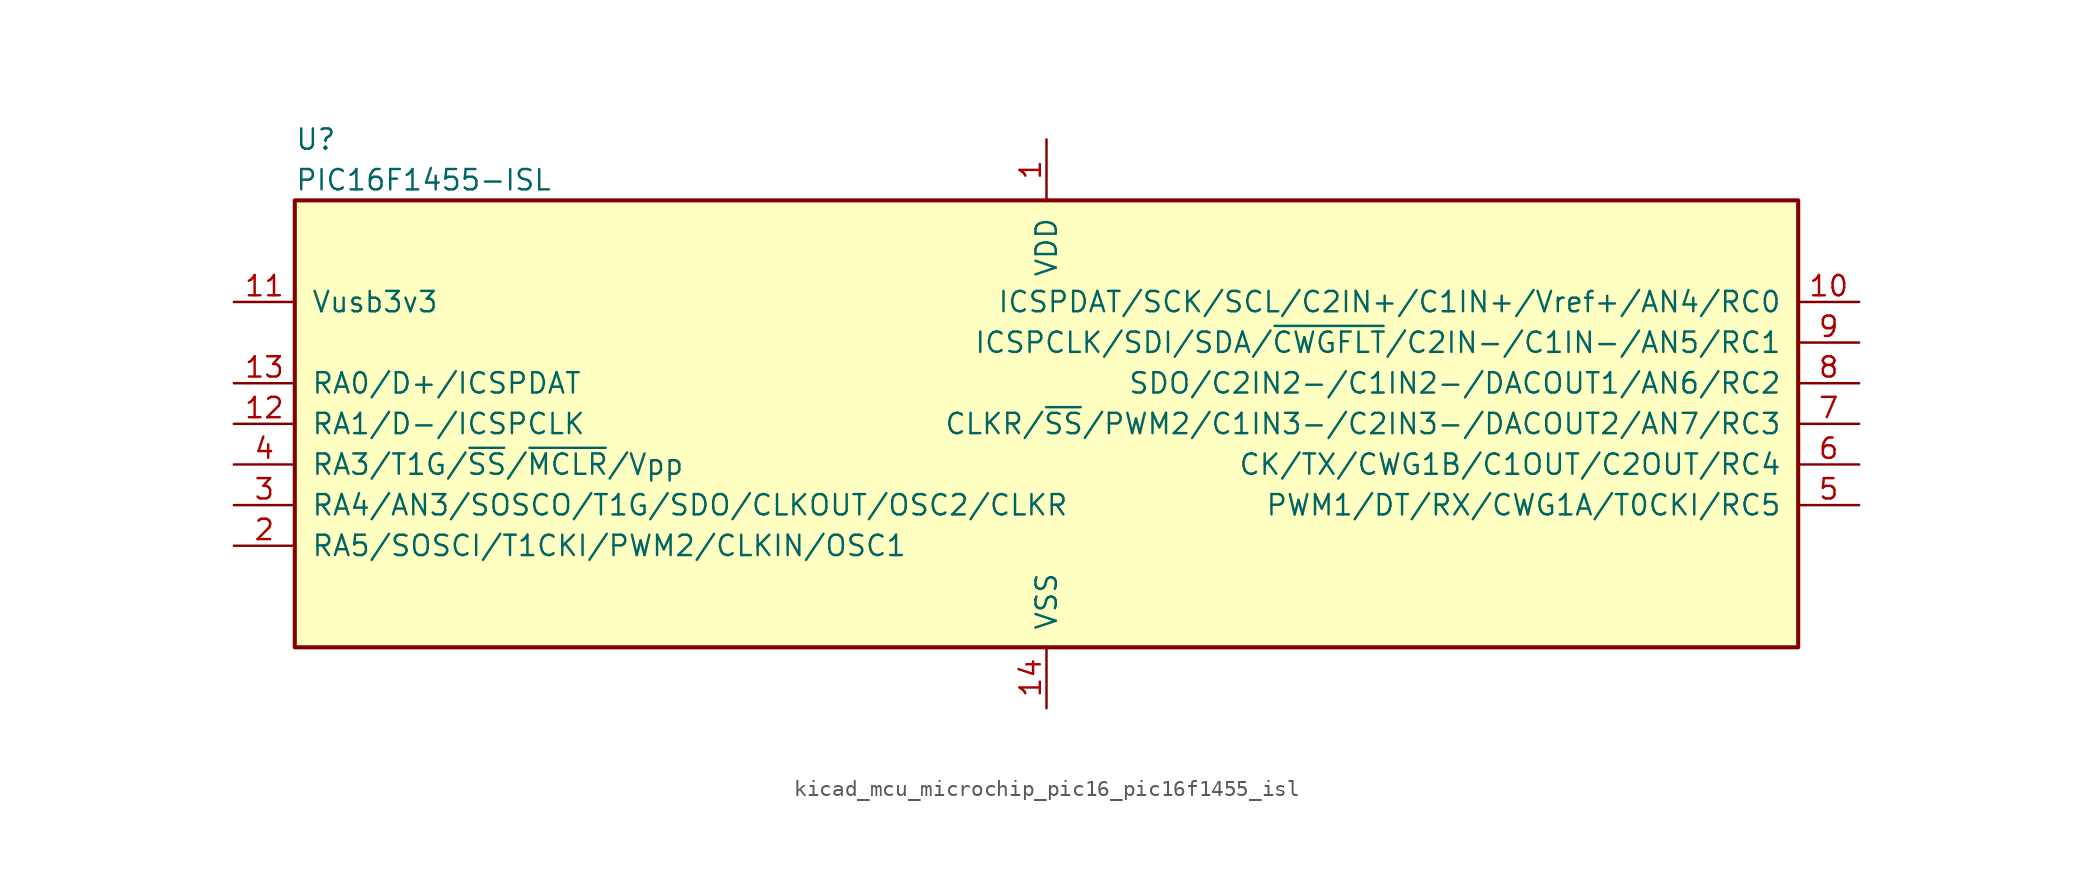
<source format=kicad_sym>
(kicad_symbol_lib
  (version 20220914)
  (generator kicad_symbol_editor)
  (symbol "kicad_mcu_microchip_pic16_pic16f1455_isl"
    (pin_names
      (offset 1.016))
    (property "Reference" "U"
      (at -46.99 17.78 0)
      (effects (font (size 1.27 1.27)) (justify left)))
    (property "Value" "PIC16F1455-ISL"
      (at -46.99 15.24 0)
      (effects (font (size 1.27 1.27)) (justify left)))
    (symbol "kicad_mcu_microchip_pic16_pic16f1455_isl_0_1"
      (rectangle (start -46.99 13.97) (end 46.99 -13.97) (stroke (width 0.254) (type default)) (fill (type background))))
    (symbol "kicad_mcu_microchip_pic16_pic16f1455_isl_1_1"
      (pin power_in line (at 0 17.78 270) (length 3.81) (name "VDD" (effects (font (size 1.27 1.27)))) (number "1" (effects (font (size 1.27 1.27)))))
      (pin bidirectional line (at 50.8 7.62 180) (length 3.81) (name "ICSPDAT/SCK/SCL/C2IN+/C1IN+/Vref+/AN4/RC0" (effects (font (size 1.27 1.27)))) (number "10" (effects (font (size 1.27 1.27)))))
      (pin bidirectional line (at -50.8 7.62 0) (length 3.81) (name "Vusb3v3" (effects (font (size 1.27 1.27)))) (number "11" (effects (font (size 1.27 1.27)))))
      (pin bidirectional line (at -50.8 0 0) (length 3.81) (name "RA1/D-/ICSPCLK" (effects (font (size 1.27 1.27)))) (number "12" (effects (font (size 1.27 1.27)))))
      (pin bidirectional line (at -50.8 2.54 0) (length 3.81) (name "RA0/D+/ICSPDAT" (effects (font (size 1.27 1.27)))) (number "13" (effects (font (size 1.27 1.27)))))
      (pin power_in line (at 0 -17.78 90) (length 3.81) (name "VSS" (effects (font (size 1.27 1.27)))) (number "14" (effects (font (size 1.27 1.27)))))
      (pin bidirectional line (at -50.8 -7.62 0) (length 3.81) (name "RA5/SOSCI/T1CKI/PWM2/CLKIN/OSC1" (effects (font (size 1.27 1.27)))) (number "2" (effects (font (size 1.27 1.27)))))
      (pin bidirectional line (at -50.8 -5.08 0) (length 3.81) (name "RA4/AN3/SOSCO/T1G/SDO/CLKOUT/OSC2/CLKR" (effects (font (size 1.27 1.27)))) (number "3" (effects (font (size 1.27 1.27)))))
      (pin input line (at -50.8 -2.54 0) (length 3.81) (name "RA3/T1G/~{SS}/~{MCLR}/Vpp" (effects (font (size 1.27 1.27)))) (number "4" (effects (font (size 1.27 1.27)))))
      (pin bidirectional line (at 50.8 -5.08 180) (length 3.81) (name "PWM1/DT/RX/CWG1A/T0CKI/RC5" (effects (font (size 1.27 1.27)))) (number "5" (effects (font (size 1.27 1.27)))))
      (pin bidirectional line (at 50.8 -2.54 180) (length 3.81) (name "CK/TX/CWG1B/C1OUT/C2OUT/RC4" (effects (font (size 1.27 1.27)))) (number "6" (effects (font (size 1.27 1.27)))))
      (pin bidirectional line (at 50.8 0 180) (length 3.81) (name "CLKR/~{SS}/PWM2/C1IN3-/C2IN3-/DACOUT2/AN7/RC3" (effects (font (size 1.27 1.27)))) (number "7" (effects (font (size 1.27 1.27)))))
      (pin bidirectional line (at 50.8 2.54 180) (length 3.81) (name "SDO/C2IN2-/C1IN2-/DACOUT1/AN6/RC2" (effects (font (size 1.27 1.27)))) (number "8" (effects (font (size 1.27 1.27)))))
      (pin bidirectional line (at 50.8 5.08 180) (length 3.81) (name "ICSPCLK/SDI/SDA/~{CWGFLT}/C2IN-/C1IN-/AN5/RC1" (effects (font (size 1.27 1.27)))) (number "9" (effects (font (size 1.27 1.27))))))))
</source>
